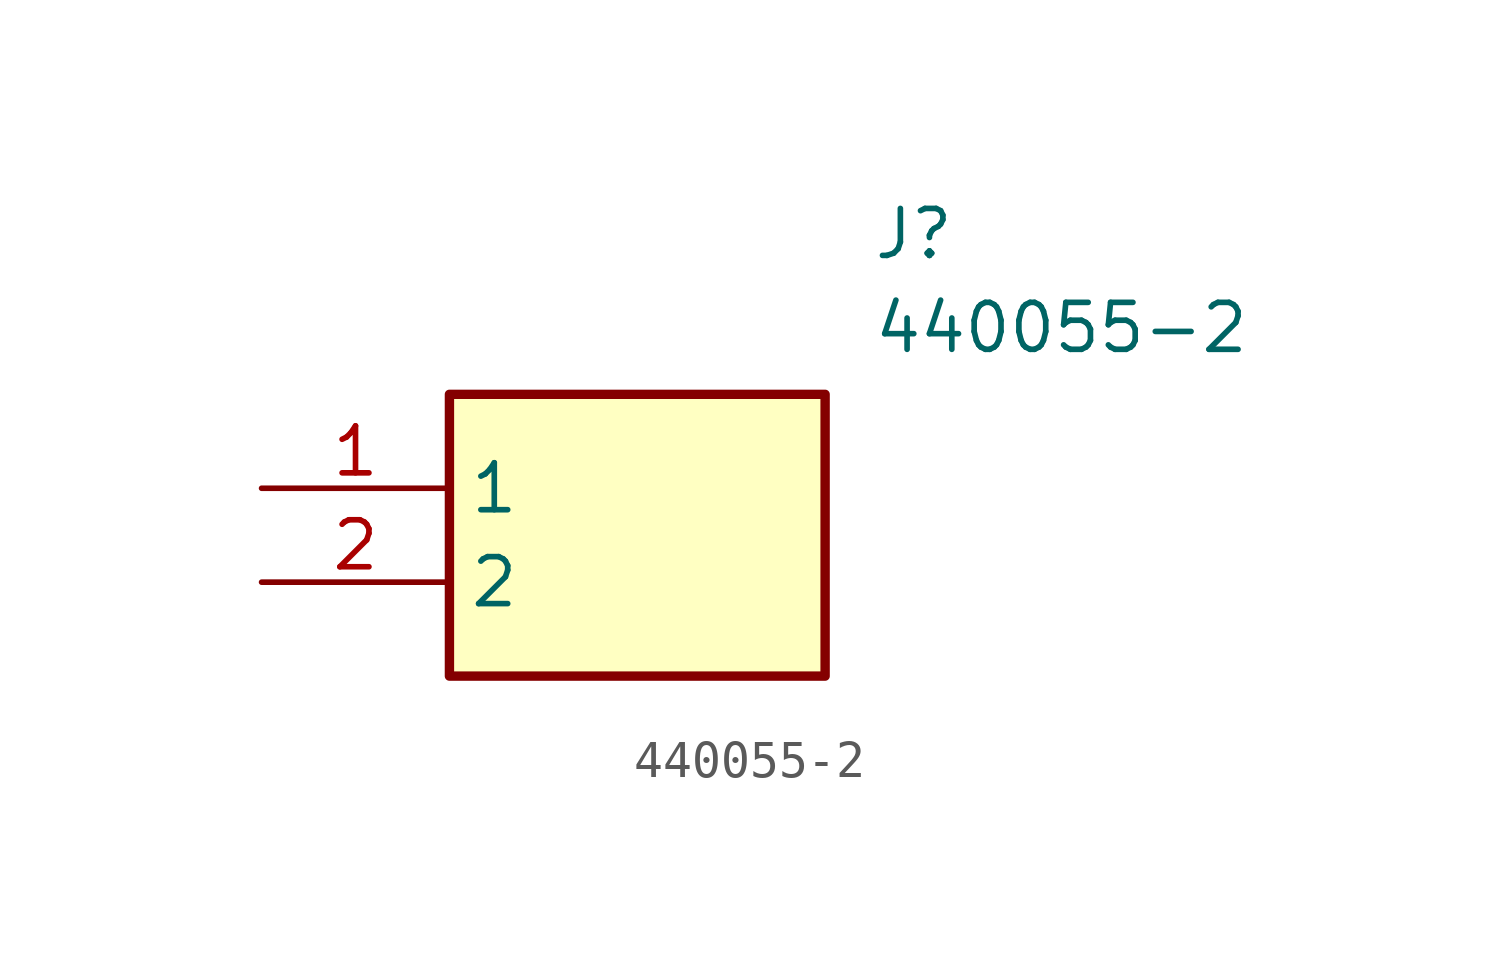
<source format=kicad_sym>
(kicad_symbol_lib
  (version 20241209)
  (generator "kicad_symbol_editor")
  (generator_version "9.0")
  (symbol "440055-2"
    (property "Reference" "J"
      (at 16.51 7.62 0)
      (effects (font (size 1.27 1.27)) (justify left top)))
    (property "Value" "440055-2"
      (at 16.51 5.08 0)
      (effects (font (size 1.27 1.27)) (justify left top)))
    (symbol "440055-2_1_1"
      (rectangle (start 5.08 2.54) (end 15.24 -5.08) (stroke (width 0.254) (type default)) (fill (type background)))
      (pin passive line (at 0 0 0) (length 5.08) (name "1" (effects (font (size 1.27 1.27)))) (number "1" (effects (font (size 1.27 1.27)))))
      (pin passive line (at 0 -2.54 0) (length 5.08) (name "2" (effects (font (size 1.27 1.27)))) (number "2" (effects (font (size 1.27 1.27))))))))
</source>
